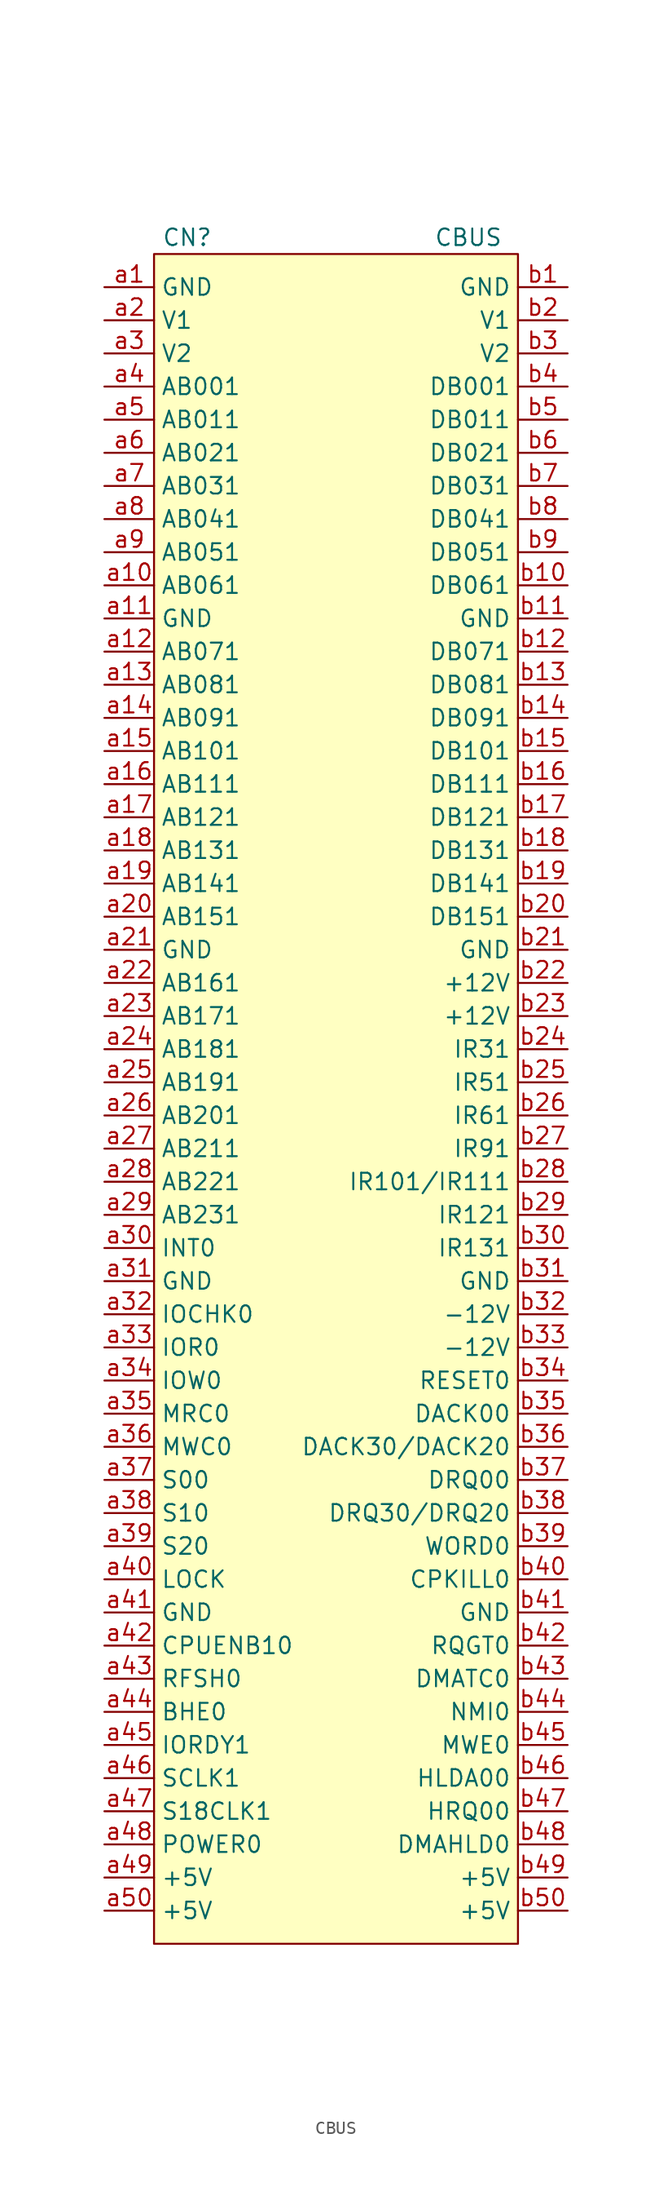
<source format=kicad_sym>
(kicad_symbol_lib
  (version 20220914)
  (generator kicad_symbol_editor)
  (symbol "CBUS"
    (property "Reference" "CN"
      (at -11.43 66.04 0)
      (effects (font (size 1.27 1.27))))
    (property "Value" "CBUS"
      (at 10.16 66.04 0)
      (effects (font (size 1.27 1.27))))
    (symbol "CBUS_1_0"
      (pin bidirectional line (at -17.78 39.37 0) (length 3.81) (name "AB061" (effects (font (size 1.27 1.27)))) (number "a10" (effects (font (size 1.27 1.27)))))
      (pin power_out line (at -17.78 36.83 0) (length 3.81) (name "GND" (effects (font (size 1.27 1.27)))) (number "a11" (effects (font (size 1.27 1.27)))))
      (pin bidirectional line (at -17.78 34.29 0) (length 3.81) (name "AB071" (effects (font (size 1.27 1.27)))) (number "a12" (effects (font (size 1.27 1.27)))))
      (pin bidirectional line (at -17.78 31.75 0) (length 3.81) (name "AB081" (effects (font (size 1.27 1.27)))) (number "a13" (effects (font (size 1.27 1.27)))))
      (pin bidirectional line (at -17.78 29.21 0) (length 3.81) (name "AB091" (effects (font (size 1.27 1.27)))) (number "a14" (effects (font (size 1.27 1.27)))))
      (pin bidirectional line (at -17.78 26.67 0) (length 3.81) (name "AB101" (effects (font (size 1.27 1.27)))) (number "a15" (effects (font (size 1.27 1.27)))))
      (pin bidirectional line (at -17.78 24.13 0) (length 3.81) (name "AB111" (effects (font (size 1.27 1.27)))) (number "a16" (effects (font (size 1.27 1.27)))))
      (pin bidirectional line (at -17.78 21.59 0) (length 3.81) (name "AB121" (effects (font (size 1.27 1.27)))) (number "a17" (effects (font (size 1.27 1.27)))))
      (pin bidirectional line (at -17.78 19.05 0) (length 3.81) (name "AB131" (effects (font (size 1.27 1.27)))) (number "a18" (effects (font (size 1.27 1.27)))))
      (pin bidirectional line (at -17.78 16.51 0) (length 3.81) (name "AB141" (effects (font (size 1.27 1.27)))) (number "a19" (effects (font (size 1.27 1.27)))))
      (pin passive line (at -17.78 59.69 0) (length 3.81) (name "V1" (effects (font (size 1.27 1.27)))) (number "a2" (effects (font (size 1.27 1.27)))))
      (pin bidirectional line (at -17.78 13.97 0) (length 3.81) (name "AB151" (effects (font (size 1.27 1.27)))) (number "a20" (effects (font (size 1.27 1.27)))))
      (pin power_out line (at -17.78 11.43 0) (length 3.81) (name "GND" (effects (font (size 1.27 1.27)))) (number "a21" (effects (font (size 1.27 1.27)))))
      (pin bidirectional line (at -17.78 8.89 0) (length 3.81) (name "AB161" (effects (font (size 1.27 1.27)))) (number "a22" (effects (font (size 1.27 1.27)))))
      (pin bidirectional line (at -17.78 6.35 0) (length 3.81) (name "AB171" (effects (font (size 1.27 1.27)))) (number "a23" (effects (font (size 1.27 1.27)))))
      (pin bidirectional line (at -17.78 3.81 0) (length 3.81) (name "AB181" (effects (font (size 1.27 1.27)))) (number "a24" (effects (font (size 1.27 1.27)))))
      (pin bidirectional line (at -17.78 1.27 0) (length 3.81) (name "AB191" (effects (font (size 1.27 1.27)))) (number "a25" (effects (font (size 1.27 1.27)))))
      (pin bidirectional line (at -17.78 -1.27 0) (length 3.81) (name "AB201" (effects (font (size 1.27 1.27)))) (number "a26" (effects (font (size 1.27 1.27)))))
      (pin bidirectional line (at -17.78 -3.81 0) (length 3.81) (name "AB211" (effects (font (size 1.27 1.27)))) (number "a27" (effects (font (size 1.27 1.27)))))
      (pin bidirectional line (at -17.78 -6.35 0) (length 3.81) (name "AB221" (effects (font (size 1.27 1.27)))) (number "a28" (effects (font (size 1.27 1.27)))))
      (pin bidirectional line (at -17.78 -8.89 0) (length 3.81) (name "AB231" (effects (font (size 1.27 1.27)))) (number "a29" (effects (font (size 1.27 1.27)))))
      (pin passive line (at -17.78 57.15 0) (length 3.81) (name "V2" (effects (font (size 1.27 1.27)))) (number "a3" (effects (font (size 1.27 1.27)))))
      (pin output line (at -17.78 -11.43 0) (length 3.81) (name "INT0" (effects (font (size 1.27 1.27)))) (number "a30" (effects (font (size 1.27 1.27)))))
      (pin power_out line (at -17.78 -13.97 0) (length 3.81) (name "GND" (effects (font (size 1.27 1.27)))) (number "a31" (effects (font (size 1.27 1.27)))))
      (pin input line (at -17.78 -16.51 0) (length 3.81) (name "IOCHK0" (effects (font (size 1.27 1.27)))) (number "a32" (effects (font (size 1.27 1.27)))))
      (pin bidirectional line (at -17.78 -19.05 0) (length 3.81) (name "IOR0" (effects (font (size 1.27 1.27)))) (number "a33" (effects (font (size 1.27 1.27)))))
      (pin bidirectional line (at -17.78 -21.59 0) (length 3.81) (name "IOW0" (effects (font (size 1.27 1.27)))) (number "a34" (effects (font (size 1.27 1.27)))))
      (pin bidirectional line (at -17.78 -24.13 0) (length 3.81) (name "MRC0" (effects (font (size 1.27 1.27)))) (number "a35" (effects (font (size 1.27 1.27)))))
      (pin bidirectional line (at -17.78 -26.67 0) (length 3.81) (name "MWC0" (effects (font (size 1.27 1.27)))) (number "a36" (effects (font (size 1.27 1.27)))))
      (pin bidirectional line (at -17.78 -29.21 0) (length 3.81) (name "S00" (effects (font (size 1.27 1.27)))) (number "a37" (effects (font (size 1.27 1.27)))))
      (pin input line (at -17.78 -31.75 0) (length 3.81) (name "S10" (effects (font (size 1.27 1.27)))) (number "a38" (effects (font (size 1.27 1.27)))))
      (pin input line (at -17.78 -34.29 0) (length 3.81) (name "S20" (effects (font (size 1.27 1.27)))) (number "a39" (effects (font (size 1.27 1.27)))))
      (pin bidirectional line (at -17.78 54.61 0) (length 3.81) (name "AB001" (effects (font (size 1.27 1.27)))) (number "a4" (effects (font (size 1.27 1.27)))))
      (pin input line (at -17.78 -36.83 0) (length 3.81) (name "LOCK" (effects (font (size 1.27 1.27)))) (number "a40" (effects (font (size 1.27 1.27)))))
      (pin power_out line (at -17.78 -39.37 0) (length 3.81) (name "GND" (effects (font (size 1.27 1.27)))) (number "a41" (effects (font (size 1.27 1.27)))))
      (pin output line (at -17.78 -41.91 0) (length 3.81) (name "CPUENB10" (effects (font (size 1.27 1.27)))) (number "a42" (effects (font (size 1.27 1.27)))))
      (pin output line (at -17.78 -44.45 0) (length 3.81) (name "RFSH0" (effects (font (size 1.27 1.27)))) (number "a43" (effects (font (size 1.27 1.27)))))
      (pin bidirectional line (at -17.78 -46.99 0) (length 3.81) (name "BHE0" (effects (font (size 1.27 1.27)))) (number "a44" (effects (font (size 1.27 1.27)))))
      (pin input line (at -17.78 -49.53 0) (length 3.81) (name "IORDY1" (effects (font (size 1.27 1.27)))) (number "a45" (effects (font (size 1.27 1.27)))))
      (pin output line (at -17.78 -52.07 0) (length 3.81) (name "SCLK1" (effects (font (size 1.27 1.27)))) (number "a46" (effects (font (size 1.27 1.27)))))
      (pin output line (at -17.78 -54.61 0) (length 3.81) (name "S18CLK1" (effects (font (size 1.27 1.27)))) (number "a47" (effects (font (size 1.27 1.27)))))
      (pin output line (at -17.78 -57.15 0) (length 3.81) (name "POWER0" (effects (font (size 1.27 1.27)))) (number "a48" (effects (font (size 1.27 1.27)))))
      (pin power_out line (at -17.78 -59.69 0) (length 3.81) (name "+5V" (effects (font (size 1.27 1.27)))) (number "a49" (effects (font (size 1.27 1.27)))))
      (pin bidirectional line (at -17.78 52.07 0) (length 3.81) (name "AB011" (effects (font (size 1.27 1.27)))) (number "a5" (effects (font (size 1.27 1.27)))))
      (pin power_out line (at -17.78 -62.23 0) (length 3.81) (name "+5V" (effects (font (size 1.27 1.27)))) (number "a50" (effects (font (size 1.27 1.27)))))
      (pin bidirectional line (at -17.78 49.53 0) (length 3.81) (name "AB021" (effects (font (size 1.27 1.27)))) (number "a6" (effects (font (size 1.27 1.27)))))
      (pin bidirectional line (at -17.78 46.99 0) (length 3.81) (name "AB031" (effects (font (size 1.27 1.27)))) (number "a7" (effects (font (size 1.27 1.27)))))
      (pin bidirectional line (at -17.78 44.45 0) (length 3.81) (name "AB041" (effects (font (size 1.27 1.27)))) (number "a8" (effects (font (size 1.27 1.27)))))
      (pin bidirectional line (at -17.78 41.91 0) (length 3.81) (name "AB051" (effects (font (size 1.27 1.27)))) (number "a9" (effects (font (size 1.27 1.27)))))
      (pin power_out line (at 17.78 62.23 180) (length 3.81) (name "GND" (effects (font (size 1.27 1.27)))) (number "b1" (effects (font (size 1.27 1.27)))))
      (pin bidirectional line (at 17.78 39.37 180) (length 3.81) (name "DB061" (effects (font (size 1.27 1.27)))) (number "b10" (effects (font (size 1.27 1.27)))))
      (pin power_out line (at 17.78 36.83 180) (length 3.81) (name "GND" (effects (font (size 1.27 1.27)))) (number "b11" (effects (font (size 1.27 1.27)))))
      (pin bidirectional line (at 17.78 34.29 180) (length 3.81) (name "DB071" (effects (font (size 1.27 1.27)))) (number "b12" (effects (font (size 1.27 1.27)))))
      (pin bidirectional line (at 17.78 31.75 180) (length 3.81) (name "DB081" (effects (font (size 1.27 1.27)))) (number "b13" (effects (font (size 1.27 1.27)))))
      (pin bidirectional line (at 17.78 29.21 180) (length 3.81) (name "DB091" (effects (font (size 1.27 1.27)))) (number "b14" (effects (font (size 1.27 1.27)))))
      (pin bidirectional line (at 17.78 26.67 180) (length 3.81) (name "DB101" (effects (font (size 1.27 1.27)))) (number "b15" (effects (font (size 1.27 1.27)))))
      (pin bidirectional line (at 17.78 24.13 180) (length 3.81) (name "DB111" (effects (font (size 1.27 1.27)))) (number "b16" (effects (font (size 1.27 1.27)))))
      (pin bidirectional line (at 17.78 21.59 180) (length 3.81) (name "DB121" (effects (font (size 1.27 1.27)))) (number "b17" (effects (font (size 1.27 1.27)))))
      (pin bidirectional line (at 17.78 19.05 180) (length 3.81) (name "DB131" (effects (font (size 1.27 1.27)))) (number "b18" (effects (font (size 1.27 1.27)))))
      (pin bidirectional line (at 17.78 16.51 180) (length 3.81) (name "DB141" (effects (font (size 1.27 1.27)))) (number "b19" (effects (font (size 1.27 1.27)))))
      (pin passive line (at 17.78 59.69 180) (length 3.81) (name "V1" (effects (font (size 1.27 1.27)))) (number "b2" (effects (font (size 1.27 1.27)))))
      (pin bidirectional line (at 17.78 13.97 180) (length 3.81) (name "DB151" (effects (font (size 1.27 1.27)))) (number "b20" (effects (font (size 1.27 1.27)))))
      (pin power_out line (at 17.78 11.43 180) (length 3.81) (name "GND" (effects (font (size 1.27 1.27)))) (number "b21" (effects (font (size 1.27 1.27)))))
      (pin power_out line (at 17.78 8.89 180) (length 3.81) (name "+12V" (effects (font (size 1.27 1.27)))) (number "b22" (effects (font (size 1.27 1.27)))))
      (pin power_out line (at 17.78 6.35 180) (length 3.81) (name "+12V" (effects (font (size 1.27 1.27)))) (number "b23" (effects (font (size 1.27 1.27)))))
      (pin input line (at 17.78 3.81 180) (length 3.81) (name "IR31" (effects (font (size 1.27 1.27)))) (number "b24" (effects (font (size 1.27 1.27)))))
      (pin input line (at 17.78 1.27 180) (length 3.81) (name "IR51" (effects (font (size 1.27 1.27)))) (number "b25" (effects (font (size 1.27 1.27)))))
      (pin input line (at 17.78 -1.27 180) (length 3.81) (name "IR61" (effects (font (size 1.27 1.27)))) (number "b26" (effects (font (size 1.27 1.27)))))
      (pin input line (at 17.78 -3.81 180) (length 3.81) (name "IR91" (effects (font (size 1.27 1.27)))) (number "b27" (effects (font (size 1.27 1.27)))))
      (pin input line (at 17.78 -6.35 180) (length 3.81) (name "IR101/IR111" (effects (font (size 1.27 1.27)))) (number "b28" (effects (font (size 1.27 1.27)))))
      (pin input line (at 17.78 -8.89 180) (length 3.81) (name "IR121" (effects (font (size 1.27 1.27)))) (number "b29" (effects (font (size 1.27 1.27)))))
      (pin passive line (at 17.78 57.15 180) (length 3.81) (name "V2" (effects (font (size 1.27 1.27)))) (number "b3" (effects (font (size 1.27 1.27)))))
      (pin input line (at 17.78 -11.43 180) (length 3.81) (name "IR131" (effects (font (size 1.27 1.27)))) (number "b30" (effects (font (size 1.27 1.27)))))
      (pin power_out line (at 17.78 -13.97 180) (length 3.81) (name "GND" (effects (font (size 1.27 1.27)))) (number "b31" (effects (font (size 1.27 1.27)))))
      (pin power_out line (at 17.78 -16.51 180) (length 3.81) (name "-12V" (effects (font (size 1.27 1.27)))) (number "b32" (effects (font (size 1.27 1.27)))))
      (pin power_out line (at 17.78 -19.05 180) (length 3.81) (name "-12V" (effects (font (size 1.27 1.27)))) (number "b33" (effects (font (size 1.27 1.27)))))
      (pin output line (at 17.78 -21.59 180) (length 3.81) (name "RESET0" (effects (font (size 1.27 1.27)))) (number "b34" (effects (font (size 1.27 1.27)))))
      (pin output line (at 17.78 -24.13 180) (length 3.81) (name "DACK00" (effects (font (size 1.27 1.27)))) (number "b35" (effects (font (size 1.27 1.27)))))
      (pin output line (at 17.78 -26.67 180) (length 3.81) (name "DACK30/DACK20" (effects (font (size 1.27 1.27)))) (number "b36" (effects (font (size 1.27 1.27)))))
      (pin input line (at 17.78 -29.21 180) (length 3.81) (name "DRQ00" (effects (font (size 1.27 1.27)))) (number "b37" (effects (font (size 1.27 1.27)))))
      (pin input line (at 17.78 -31.75 180) (length 3.81) (name "DRQ30/DRQ20" (effects (font (size 1.27 1.27)))) (number "b38" (effects (font (size 1.27 1.27)))))
      (pin input line (at 17.78 -34.29 180) (length 3.81) (name "WORD0" (effects (font (size 1.27 1.27)))) (number "b39" (effects (font (size 1.27 1.27)))))
      (pin bidirectional line (at 17.78 54.61 180) (length 3.81) (name "DB001" (effects (font (size 1.27 1.27)))) (number "b4" (effects (font (size 1.27 1.27)))))
      (pin input line (at 17.78 -36.83 180) (length 3.81) (name "CPKILL0" (effects (font (size 1.27 1.27)))) (number "b40" (effects (font (size 1.27 1.27)))))
      (pin power_out line (at 17.78 -39.37 180) (length 3.81) (name "GND" (effects (font (size 1.27 1.27)))) (number "b41" (effects (font (size 1.27 1.27)))))
      (pin bidirectional line (at 17.78 -41.91 180) (length 3.81) (name "RQGT0" (effects (font (size 1.27 1.27)))) (number "b42" (effects (font (size 1.27 1.27)))))
      (pin output line (at 17.78 -44.45 180) (length 3.81) (name "DMATC0" (effects (font (size 1.27 1.27)))) (number "b43" (effects (font (size 1.27 1.27)))))
      (pin output line (at 17.78 -46.99 180) (length 3.81) (name "NMI0" (effects (font (size 1.27 1.27)))) (number "b44" (effects (font (size 1.27 1.27)))))
      (pin bidirectional line (at 17.78 -49.53 180) (length 3.81) (name "MWE0" (effects (font (size 1.27 1.27)))) (number "b45" (effects (font (size 1.27 1.27)))))
      (pin output line (at 17.78 -52.07 180) (length 3.81) (name "HLDA00" (effects (font (size 1.27 1.27)))) (number "b46" (effects (font (size 1.27 1.27)))))
      (pin input line (at 17.78 -54.61 180) (length 3.81) (name "HRQ00" (effects (font (size 1.27 1.27)))) (number "b47" (effects (font (size 1.27 1.27)))))
      (pin input line (at 17.78 -57.15 180) (length 3.81) (name "DMAHLD0" (effects (font (size 1.27 1.27)))) (number "b48" (effects (font (size 1.27 1.27)))))
      (pin power_out line (at 17.78 -59.69 180) (length 3.81) (name "+5V" (effects (font (size 1.27 1.27)))) (number "b49" (effects (font (size 1.27 1.27)))))
      (pin bidirectional line (at 17.78 52.07 180) (length 3.81) (name "DB011" (effects (font (size 1.27 1.27)))) (number "b5" (effects (font (size 1.27 1.27)))))
      (pin power_out line (at 17.78 -62.23 180) (length 3.81) (name "+5V" (effects (font (size 1.27 1.27)))) (number "b50" (effects (font (size 1.27 1.27)))))
      (pin bidirectional line (at 17.78 49.53 180) (length 3.81) (name "DB021" (effects (font (size 1.27 1.27)))) (number "b6" (effects (font (size 1.27 1.27)))))
      (pin bidirectional line (at 17.78 46.99 180) (length 3.81) (name "DB031" (effects (font (size 1.27 1.27)))) (number "b7" (effects (font (size 1.27 1.27)))))
      (pin bidirectional line (at 17.78 44.45 180) (length 3.81) (name "DB041" (effects (font (size 1.27 1.27)))) (number "b8" (effects (font (size 1.27 1.27)))))
      (pin bidirectional line (at 17.78 41.91 180) (length 3.81) (name "DB051" (effects (font (size 1.27 1.27)))) (number "b9" (effects (font (size 1.27 1.27))))))
    (symbol "CBUS_1_1"
      (rectangle (start -13.97 64.77) (end 13.97 -64.77) (stroke (width 0) (type default)) (fill (type background)))
      (pin power_out line (at -17.78 62.23 0) (length 3.81) (name "GND" (effects (font (size 1.27 1.27)))) (number "a1" (effects (font (size 1.27 1.27))))))))
</source>
